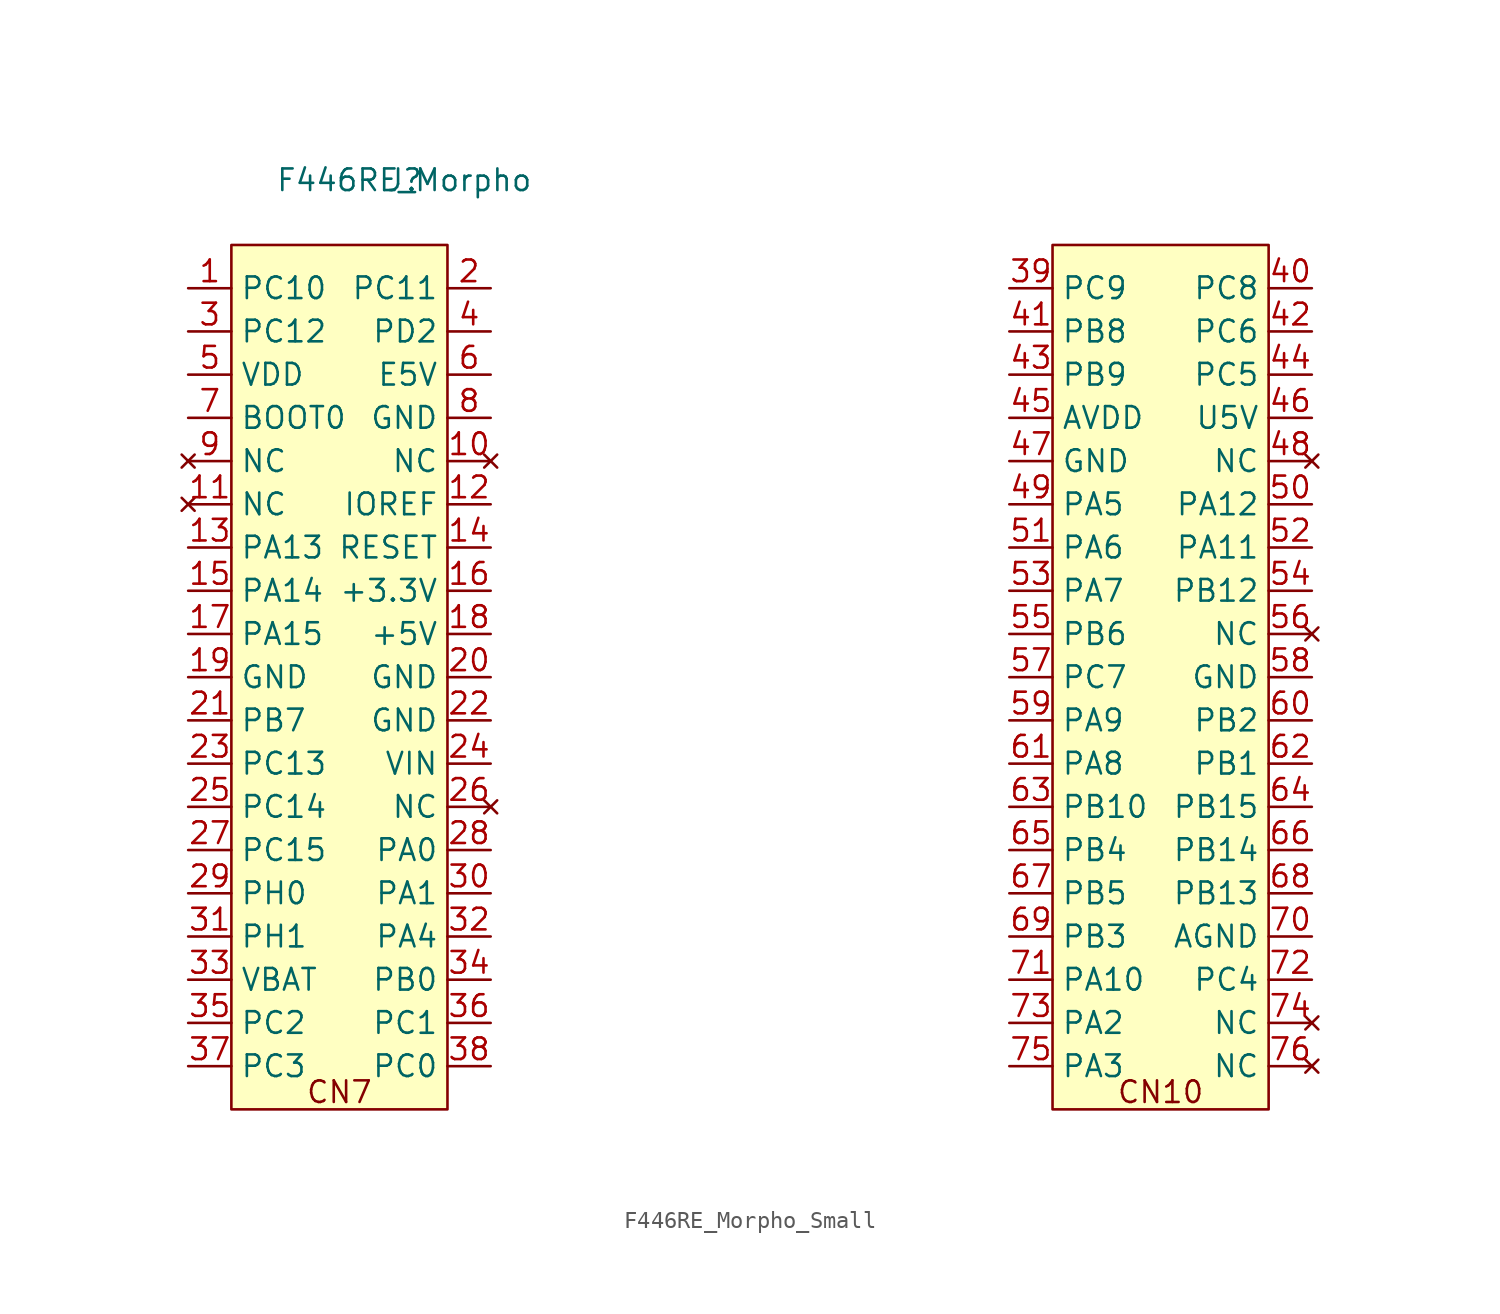
<source format=kicad_sym>
(kicad_symbol_lib
  (version 20231120)
  (generator "kicad_symbol_editor")
  (generator_version "8.0")
  (symbol "F446RE_Morpho_Small"
    (property "Reference" "J"
      (at 0 0 0)
      (effects (font (size 1.27 1.27))))
    (property "Value" "F446RE_Morpho"
      (at 0 0 0)
      (effects (font (size 1.27 1.27))))
    (symbol "F446RE_Morpho_Small_0_0"
      (text "CN10" (at 44.45 -53.594 0) (effects (font (size 1.27 1.27))))
      (text "CN7" (at -3.81 -53.594 0) (effects (font (size 1.27 1.27))))
      (pin no_connect line (at 5.08 -16.51 180) (length 2.54) (name "NC" (effects (font (size 1.27 1.27)))) (number "10" (effects (font (size 1.27 1.27)))))
      (pin no_connect line (at -12.7 -19.05 0) (length 2.54) (name "NC" (effects (font (size 1.27 1.27)))) (number "11" (effects (font (size 1.27 1.27)))))
      (pin input line (at 5.08 -19.05 180) (length 2.54) (name "IOREF" (effects (font (size 1.27 1.27)))) (number "12" (effects (font (size 1.27 1.27)))))
      (pin input line (at -12.7 -21.59 0) (length 2.54) (name "PA13" (effects (font (size 1.27 1.27)))) (number "13" (effects (font (size 1.27 1.27)))))
      (pin input line (at 5.08 -21.59 180) (length 2.54) (name "RESET" (effects (font (size 1.27 1.27)))) (number "14" (effects (font (size 1.27 1.27)))))
      (pin input line (at -12.7 -24.13 0) (length 2.54) (name "PA14" (effects (font (size 1.27 1.27)))) (number "15" (effects (font (size 1.27 1.27)))))
      (pin input line (at 5.08 -24.13 180) (length 2.54) (name "+3.3V" (effects (font (size 1.27 1.27)))) (number "16" (effects (font (size 1.27 1.27)))))
      (pin input line (at -12.7 -26.67 0) (length 2.54) (name "PA15" (effects (font (size 1.27 1.27)))) (number "17" (effects (font (size 1.27 1.27)))))
      (pin input line (at 5.08 -26.67 180) (length 2.54) (name "+5V" (effects (font (size 1.27 1.27)))) (number "18" (effects (font (size 1.27 1.27)))))
      (pin input line (at -12.7 -29.21 0) (length 2.54) (name "GND" (effects (font (size 1.27 1.27)))) (number "19" (effects (font (size 1.27 1.27)))))
      (pin input line (at 5.08 -6.35 180) (length 2.54) (name "PC11" (effects (font (size 1.27 1.27)))) (number "2" (effects (font (size 1.27 1.27)))))
      (pin input line (at 5.08 -29.21 180) (length 2.54) (name "GND" (effects (font (size 1.27 1.27)))) (number "20" (effects (font (size 1.27 1.27)))))
      (pin input line (at -12.7 -31.75 0) (length 2.54) (name "PB7" (effects (font (size 1.27 1.27)))) (number "21" (effects (font (size 1.27 1.27)))))
      (pin input line (at 5.08 -31.75 180) (length 2.54) (name "GND" (effects (font (size 1.27 1.27)))) (number "22" (effects (font (size 1.27 1.27)))))
      (pin input line (at -12.7 -34.29 0) (length 2.54) (name "PC13" (effects (font (size 1.27 1.27)))) (number "23" (effects (font (size 1.27 1.27)))))
      (pin input line (at 5.08 -34.29 180) (length 2.54) (name "VIN" (effects (font (size 1.27 1.27)))) (number "24" (effects (font (size 1.27 1.27)))))
      (pin input line (at -12.7 -36.83 0) (length 2.54) (name "PC14" (effects (font (size 1.27 1.27)))) (number "25" (effects (font (size 1.27 1.27)))))
      (pin no_connect line (at 5.08 -36.83 180) (length 2.54) (name "NC" (effects (font (size 1.27 1.27)))) (number "26" (effects (font (size 1.27 1.27)))))
      (pin input line (at -12.7 -39.37 0) (length 2.54) (name "PC15" (effects (font (size 1.27 1.27)))) (number "27" (effects (font (size 1.27 1.27)))))
      (pin input line (at 5.08 -39.37 180) (length 2.54) (name "PA0" (effects (font (size 1.27 1.27)))) (number "28" (effects (font (size 1.27 1.27)))))
      (pin input line (at -12.7 -41.91 0) (length 2.54) (name "PH0" (effects (font (size 1.27 1.27)))) (number "29" (effects (font (size 1.27 1.27)))))
      (pin input line (at -12.7 -8.89 0) (length 2.54) (name "PC12" (effects (font (size 1.27 1.27)))) (number "3" (effects (font (size 1.27 1.27)))))
      (pin input line (at 5.08 -41.91 180) (length 2.54) (name "PA1" (effects (font (size 1.27 1.27)))) (number "30" (effects (font (size 1.27 1.27)))))
      (pin input line (at -12.7 -44.45 0) (length 2.54) (name "PH1" (effects (font (size 1.27 1.27)))) (number "31" (effects (font (size 1.27 1.27)))))
      (pin input line (at 5.08 -44.45 180) (length 2.54) (name "PA4" (effects (font (size 1.27 1.27)))) (number "32" (effects (font (size 1.27 1.27)))))
      (pin input line (at -12.7 -46.99 0) (length 2.54) (name "VBAT" (effects (font (size 1.27 1.27)))) (number "33" (effects (font (size 1.27 1.27)))))
      (pin input line (at 5.08 -46.99 180) (length 2.54) (name "PB0" (effects (font (size 1.27 1.27)))) (number "34" (effects (font (size 1.27 1.27)))))
      (pin input line (at -12.7 -49.53 0) (length 2.54) (name "PC2" (effects (font (size 1.27 1.27)))) (number "35" (effects (font (size 1.27 1.27)))))
      (pin input line (at 5.08 -49.53 180) (length 2.54) (name "PC1" (effects (font (size 1.27 1.27)))) (number "36" (effects (font (size 1.27 1.27)))))
      (pin input line (at -12.7 -52.07 0) (length 2.54) (name "PC3" (effects (font (size 1.27 1.27)))) (number "37" (effects (font (size 1.27 1.27)))))
      (pin input line (at 5.08 -52.07 180) (length 2.54) (name "PC0" (effects (font (size 1.27 1.27)))) (number "38" (effects (font (size 1.27 1.27)))))
      (pin input line (at 5.08 -8.89 180) (length 2.54) (name "PD2" (effects (font (size 1.27 1.27)))) (number "4" (effects (font (size 1.27 1.27)))))
      (pin input line (at 53.34 -6.35 180) (length 2.54) (name "PC8" (effects (font (size 1.27 1.27)))) (number "40" (effects (font (size 1.27 1.27)))))
      (pin input line (at 35.56 -8.89 0) (length 2.54) (name "PB8" (effects (font (size 1.27 1.27)))) (number "41" (effects (font (size 1.27 1.27)))))
      (pin input line (at 53.34 -8.89 180) (length 2.54) (name "PC6" (effects (font (size 1.27 1.27)))) (number "42" (effects (font (size 1.27 1.27)))))
      (pin input line (at 35.56 -11.43 0) (length 2.54) (name "PB9" (effects (font (size 1.27 1.27)))) (number "43" (effects (font (size 1.27 1.27)))))
      (pin input line (at 53.34 -11.43 180) (length 2.54) (name "PC5" (effects (font (size 1.27 1.27)))) (number "44" (effects (font (size 1.27 1.27)))))
      (pin input line (at 35.56 -13.97 0) (length 2.54) (name "AVDD" (effects (font (size 1.27 1.27)))) (number "45" (effects (font (size 1.27 1.27)))))
      (pin input line (at 53.34 -13.97 180) (length 2.54) (name "U5V" (effects (font (size 1.27 1.27)))) (number "46" (effects (font (size 1.27 1.27)))))
      (pin input line (at 35.56 -16.51 0) (length 2.54) (name "GND" (effects (font (size 1.27 1.27)))) (number "47" (effects (font (size 1.27 1.27)))))
      (pin no_connect line (at 53.34 -16.51 180) (length 2.54) (name "NC" (effects (font (size 1.27 1.27)))) (number "48" (effects (font (size 1.27 1.27)))))
      (pin input line (at 35.56 -19.05 0) (length 2.54) (name "PA5" (effects (font (size 1.27 1.27)))) (number "49" (effects (font (size 1.27 1.27)))))
      (pin input line (at -12.7 -11.43 0) (length 2.54) (name "VDD" (effects (font (size 1.27 1.27)))) (number "5" (effects (font (size 1.27 1.27)))))
      (pin input line (at 53.34 -19.05 180) (length 2.54) (name "PA12" (effects (font (size 1.27 1.27)))) (number "50" (effects (font (size 1.27 1.27)))))
      (pin input line (at 35.56 -21.59 0) (length 2.54) (name "PA6" (effects (font (size 1.27 1.27)))) (number "51" (effects (font (size 1.27 1.27)))))
      (pin input line (at 53.34 -21.59 180) (length 2.54) (name "PA11" (effects (font (size 1.27 1.27)))) (number "52" (effects (font (size 1.27 1.27)))))
      (pin input line (at 35.56 -24.13 0) (length 2.54) (name "PA7" (effects (font (size 1.27 1.27)))) (number "53" (effects (font (size 1.27 1.27)))))
      (pin input line (at 53.34 -24.13 180) (length 2.54) (name "PB12" (effects (font (size 1.27 1.27)))) (number "54" (effects (font (size 1.27 1.27)))))
      (pin input line (at 35.56 -26.67 0) (length 2.54) (name "PB6" (effects (font (size 1.27 1.27)))) (number "55" (effects (font (size 1.27 1.27)))))
      (pin no_connect line (at 53.34 -26.67 180) (length 2.54) (name "NC" (effects (font (size 1.27 1.27)))) (number "56" (effects (font (size 1.27 1.27)))))
      (pin input line (at 35.56 -29.21 0) (length 2.54) (name "PC7" (effects (font (size 1.27 1.27)))) (number "57" (effects (font (size 1.27 1.27)))))
      (pin input line (at 53.34 -29.21 180) (length 2.54) (name "GND" (effects (font (size 1.27 1.27)))) (number "58" (effects (font (size 1.27 1.27)))))
      (pin input line (at 35.56 -31.75 0) (length 2.54) (name "PA9" (effects (font (size 1.27 1.27)))) (number "59" (effects (font (size 1.27 1.27)))))
      (pin input line (at 5.08 -11.43 180) (length 2.54) (name "E5V" (effects (font (size 1.27 1.27)))) (number "6" (effects (font (size 1.27 1.27)))))
      (pin input line (at 53.34 -31.75 180) (length 2.54) (name "PB2" (effects (font (size 1.27 1.27)))) (number "60" (effects (font (size 1.27 1.27)))))
      (pin input line (at 35.56 -34.29 0) (length 2.54) (name "PA8" (effects (font (size 1.27 1.27)))) (number "61" (effects (font (size 1.27 1.27)))))
      (pin input line (at 53.34 -34.29 180) (length 2.54) (name "PB1" (effects (font (size 1.27 1.27)))) (number "62" (effects (font (size 1.27 1.27)))))
      (pin input line (at 35.56 -36.83 0) (length 2.54) (name "PB10" (effects (font (size 1.27 1.27)))) (number "63" (effects (font (size 1.27 1.27)))))
      (pin input line (at 53.34 -36.83 180) (length 2.54) (name "PB15" (effects (font (size 1.27 1.27)))) (number "64" (effects (font (size 1.27 1.27)))))
      (pin input line (at 35.56 -39.37 0) (length 2.54) (name "PB4" (effects (font (size 1.27 1.27)))) (number "65" (effects (font (size 1.27 1.27)))))
      (pin input line (at 53.34 -39.37 180) (length 2.54) (name "PB14" (effects (font (size 1.27 1.27)))) (number "66" (effects (font (size 1.27 1.27)))))
      (pin input line (at 35.56 -41.91 0) (length 2.54) (name "PB5" (effects (font (size 1.27 1.27)))) (number "67" (effects (font (size 1.27 1.27)))))
      (pin input line (at 53.34 -41.91 180) (length 2.54) (name "PB13" (effects (font (size 1.27 1.27)))) (number "68" (effects (font (size 1.27 1.27)))))
      (pin input line (at 35.56 -44.45 0) (length 2.54) (name "PB3" (effects (font (size 1.27 1.27)))) (number "69" (effects (font (size 1.27 1.27)))))
      (pin input line (at -12.7 -13.97 0) (length 2.54) (name "BOOT0" (effects (font (size 1.27 1.27)))) (number "7" (effects (font (size 1.27 1.27)))))
      (pin input line (at 53.34 -44.45 180) (length 2.54) (name "AGND" (effects (font (size 1.27 1.27)))) (number "70" (effects (font (size 1.27 1.27)))))
      (pin input line (at 35.56 -46.99 0) (length 2.54) (name "PA10" (effects (font (size 1.27 1.27)))) (number "71" (effects (font (size 1.27 1.27)))))
      (pin input line (at 53.34 -46.99 180) (length 2.54) (name "PC4" (effects (font (size 1.27 1.27)))) (number "72" (effects (font (size 1.27 1.27)))))
      (pin input line (at 35.56 -49.53 0) (length 2.54) (name "PA2" (effects (font (size 1.27 1.27)))) (number "73" (effects (font (size 1.27 1.27)))))
      (pin no_connect line (at 53.34 -49.53 180) (length 2.54) (name "NC" (effects (font (size 1.27 1.27)))) (number "74" (effects (font (size 1.27 1.27)))))
      (pin input line (at 35.56 -52.07 0) (length 2.54) (name "PA3" (effects (font (size 1.27 1.27)))) (number "75" (effects (font (size 1.27 1.27)))))
      (pin no_connect line (at 53.34 -52.07 180) (length 2.54) (name "NC" (effects (font (size 1.27 1.27)))) (number "76" (effects (font (size 1.27 1.27)))))
      (pin input line (at 5.08 -13.97 180) (length 2.54) (name "GND" (effects (font (size 1.27 1.27)))) (number "8" (effects (font (size 1.27 1.27)))))
      (pin no_connect line (at -12.7 -16.51 0) (length 2.54) (name "NC" (effects (font (size 1.27 1.27)))) (number "9" (effects (font (size 1.27 1.27))))))
    (symbol "F446RE_Morpho_Small_0_1"
      (rectangle (start -10.16 -3.81) (end 2.54 -54.61) (stroke (width 0) (type default)) (fill (type background)))
      (rectangle (start 38.1 -3.81) (end 50.8 -54.61) (stroke (width 0) (type default)) (fill (type background))))
    (symbol "F446RE_Morpho_Small_1_1"
      (pin input line (at -12.7 -6.35 0) (length 2.54) (name "PC10" (effects (font (size 1.27 1.27)))) (number "1" (effects (font (size 1.27 1.27)))))
      (pin input line (at 35.56 -6.35 0) (length 2.54) (name "PC9" (effects (font (size 1.27 1.27)))) (number "39" (effects (font (size 1.27 1.27))))))))
</source>
